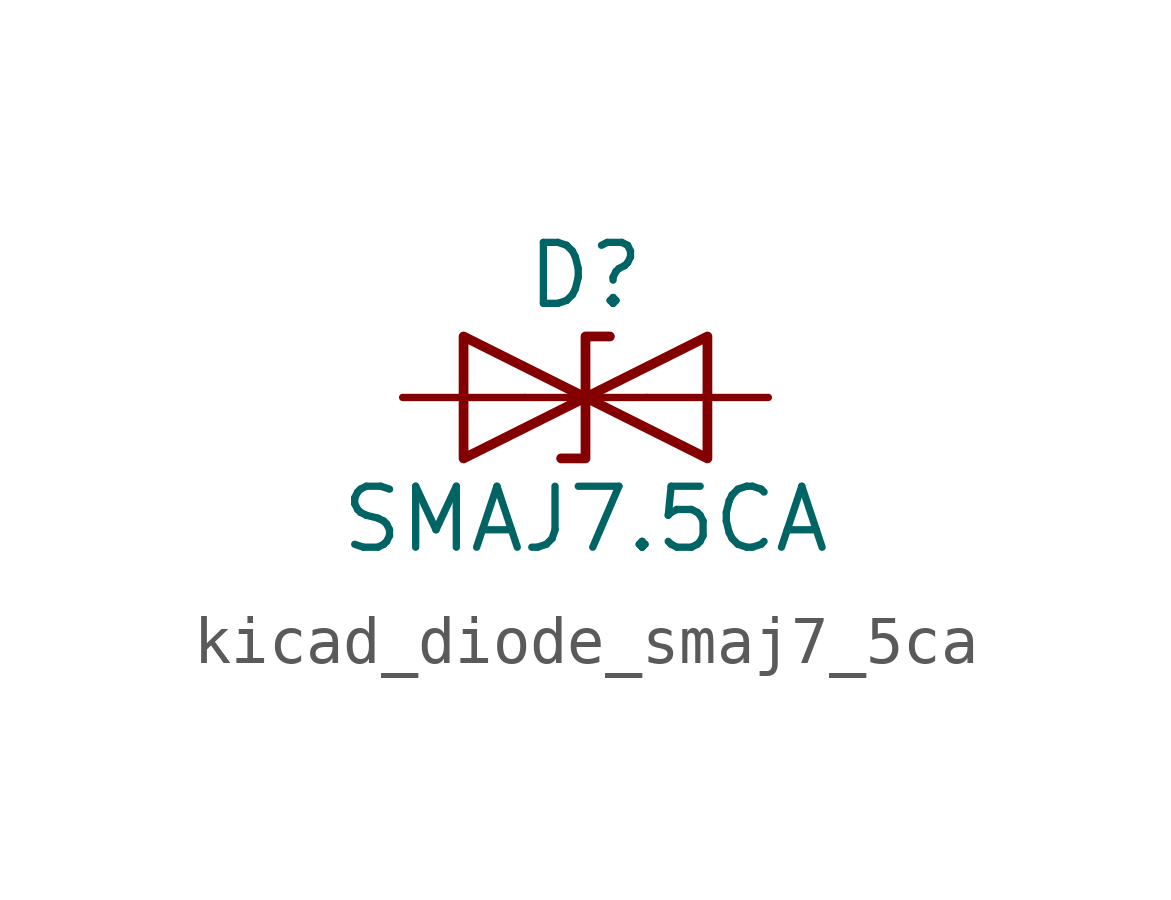
<source format=kicad_sym>
(kicad_symbol_lib
  (version 20220914)
  (generator kicad_symbol_editor)
  (symbol "kicad_diode_smaj7_5ca"
    (pin_numbers hide)
    (pin_names
      (offset 1.016) hide)
    (property "Reference" "D"
      (at 0 2.54 0)
      (effects (font (size 1.27 1.27))))
    (property "Value" "SMAJ7.5CA"
      (at 0 -2.54 0)
      (effects (font (size 1.27 1.27))))
    (symbol "kicad_diode_smaj7_5ca_0_1"
      (polyline (pts (xy 1.27 0) (xy -1.27 0)) (stroke (width 0) (type default)) (fill (type none)))
      (polyline (pts (xy -2.54 -1.27) (xy 0 0) (xy -2.54 1.27) (xy -2.54 -1.27)) (stroke (width 0.203) (type default)) (fill (type none)))
      (polyline (pts (xy 0.508 1.27) (xy 0 1.27) (xy 0 -1.27) (xy -0.508 -1.27)) (stroke (width 0.203) (type default)) (fill (type none)))
      (polyline (pts (xy 2.54 1.27) (xy 2.54 -1.27) (xy 0 0) (xy 2.54 1.27)) (stroke (width 0.203) (type default)) (fill (type none))))
    (symbol "kicad_diode_smaj7_5ca_1_1"
      (pin passive line (at -3.81 0 0) (length 2.54) (name "A1" (effects (font (size 1.27 1.27)))) (number "1" (effects (font (size 1.27 1.27)))))
      (pin passive line (at 3.81 0 180) (length 2.54) (name "A2" (effects (font (size 1.27 1.27)))) (number "2" (effects (font (size 1.27 1.27))))))))
</source>
